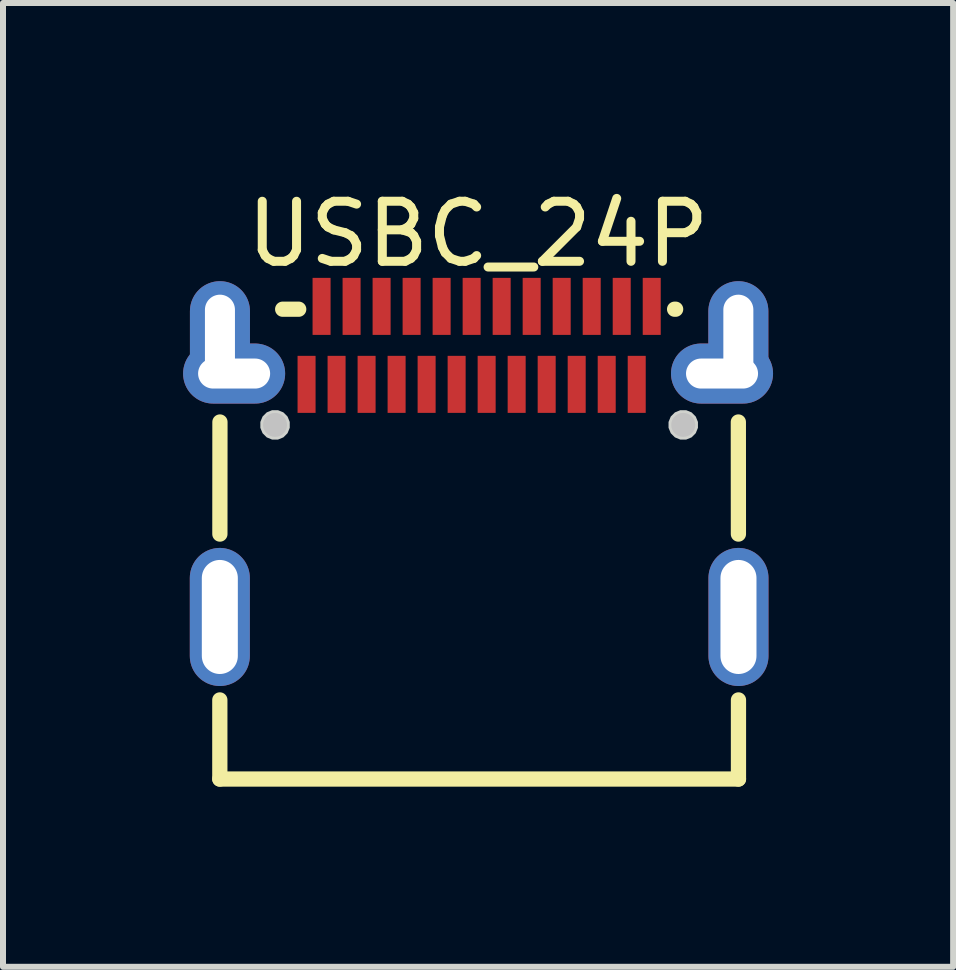
<source format=kicad_pcb>
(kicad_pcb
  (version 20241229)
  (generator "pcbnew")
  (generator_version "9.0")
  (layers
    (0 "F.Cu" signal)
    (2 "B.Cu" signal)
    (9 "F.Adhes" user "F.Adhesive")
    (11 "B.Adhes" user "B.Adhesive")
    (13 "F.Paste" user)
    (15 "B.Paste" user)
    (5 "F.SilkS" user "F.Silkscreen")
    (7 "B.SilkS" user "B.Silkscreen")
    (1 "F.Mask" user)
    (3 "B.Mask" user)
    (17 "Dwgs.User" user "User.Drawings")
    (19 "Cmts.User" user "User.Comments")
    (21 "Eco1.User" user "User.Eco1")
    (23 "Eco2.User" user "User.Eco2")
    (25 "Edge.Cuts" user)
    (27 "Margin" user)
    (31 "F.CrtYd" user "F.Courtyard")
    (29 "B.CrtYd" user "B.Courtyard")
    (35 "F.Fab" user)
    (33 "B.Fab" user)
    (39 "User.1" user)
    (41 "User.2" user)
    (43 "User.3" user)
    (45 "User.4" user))
  (footprint "USBC_24P"
    (layer "F.Cu")
    (at 4.932 4.641)
    (property "Reference" "USBC_24P" (at -0.018 -3.793 0) (layer "F.SilkS") (effects (font (size 1 1) (thickness 0.15))))
    (fp_line (start -4.32 5.287) (end -4.32 3.969) (stroke (width 0.254) (type default)) (layer "F.SilkS"))
    (fp_line (start -4.319 1.206) (end -4.318 -0.661) (stroke (width 0.254) (type default)) (layer "F.SilkS"))
    (fp_line (start -3.273 -2.54) (end -3.006 -2.54) (stroke (width 0.254) (type default)) (layer "F.SilkS"))
    (fp_line (start 3.256 -2.54) (end 3.273 -2.54) (stroke (width 0.254) (type default)) (layer "F.SilkS"))
    (fp_line (start 4.319 1.206) (end 4.318 -0.661) (stroke (width 0.254) (type default)) (layer "F.SilkS"))
    (fp_line (start 4.32 5.287) (end -4.32 5.287) (stroke (width 0.254) (type default)) (layer "F.SilkS"))
    (fp_line (start 4.32 5.287) (end 4.32 3.969) (stroke (width 0.254) (type default)) (layer "F.SilkS"))
    (fp_poly (pts (xy -3.025 -1.762) (xy -2.725 -1.762) (xy -2.725 -0.812) (xy -3.025 -0.812)) (stroke (width 0) (type default)) (fill yes) (layer "F.Paste"))
    (fp_poly (pts (xy -2.775 -3.062) (xy -2.475 -3.062) (xy -2.475 -2.112) (xy -2.775 -2.112)) (stroke (width 0) (type default)) (fill yes) (layer "F.Paste"))
    (fp_poly (pts (xy -2.525 -1.762) (xy -2.225 -1.762) (xy -2.225 -0.812) (xy -2.525 -0.812)) (stroke (width 0) (type default)) (fill yes) (layer "F.Paste"))
    (fp_poly (pts (xy -2.275 -3.062) (xy -1.975 -3.062) (xy -1.975 -2.112) (xy -2.275 -2.112)) (stroke (width 0) (type default)) (fill yes) (layer "F.Paste"))
    (fp_poly (pts (xy -2.025 -1.762) (xy -1.725 -1.762) (xy -1.725 -0.812) (xy -2.025 -0.812)) (stroke (width 0) (type default)) (fill yes) (layer "F.Paste"))
    (fp_poly (pts (xy -1.775 -3.062) (xy -1.475 -3.062) (xy -1.475 -2.112) (xy -1.775 -2.112)) (stroke (width 0) (type default)) (fill yes) (layer "F.Paste"))
    (fp_poly (pts (xy -1.525 -1.762) (xy -1.225 -1.762) (xy -1.225 -0.812) (xy -1.525 -0.812)) (stroke (width 0) (type default)) (fill yes) (layer "F.Paste"))
    (fp_poly (pts (xy -1.275 -3.062) (xy -0.975 -3.062) (xy -0.975 -2.112) (xy -1.275 -2.112)) (stroke (width 0) (type default)) (fill yes) (layer "F.Paste"))
    (fp_poly (pts (xy -1.025 -1.762) (xy -0.725 -1.762) (xy -0.725 -0.812) (xy -1.025 -0.812)) (stroke (width 0) (type default)) (fill yes) (layer "F.Paste"))
    (fp_poly (pts (xy -0.775 -3.062) (xy -0.475 -3.062) (xy -0.475 -2.112) (xy -0.775 -2.112)) (stroke (width 0) (type default)) (fill yes) (layer "F.Paste"))
    (fp_poly (pts (xy -0.525 -1.762) (xy -0.225 -1.762) (xy -0.225 -0.812) (xy -0.525 -0.812)) (stroke (width 0) (type default)) (fill yes) (layer "F.Paste"))
    (fp_poly (pts (xy -0.275 -3.062) (xy 0.025 -3.062) (xy 0.025 -2.112) (xy -0.275 -2.112)) (stroke (width 0) (type default)) (fill yes) (layer "F.Paste"))
    (fp_poly (pts (xy -0.025 -1.762) (xy 0.275 -1.762) (xy 0.275 -0.812) (xy -0.025 -0.812)) (stroke (width 0) (type default)) (fill yes) (layer "F.Paste"))
    (fp_poly (pts (xy 0.225 -3.062) (xy 0.525 -3.062) (xy 0.525 -2.112) (xy 0.225 -2.112)) (stroke (width 0) (type default)) (fill yes) (layer "F.Paste"))
    (fp_poly (pts (xy 0.475 -1.762) (xy 0.775 -1.762) (xy 0.775 -0.812) (xy 0.475 -0.812)) (stroke (width 0) (type default)) (fill yes) (layer "F.Paste"))
    (fp_poly (pts (xy 0.725 -3.062) (xy 1.025 -3.062) (xy 1.025 -2.112) (xy 0.725 -2.112)) (stroke (width 0) (type default)) (fill yes) (layer "F.Paste"))
    (fp_poly (pts (xy 0.975 -1.762) (xy 1.275 -1.762) (xy 1.275 -0.812) (xy 0.975 -0.812)) (stroke (width 0) (type default)) (fill yes) (layer "F.Paste"))
    (fp_poly (pts (xy 1.225 -3.062) (xy 1.525 -3.062) (xy 1.525 -2.112) (xy 1.225 -2.112)) (stroke (width 0) (type default)) (fill yes) (layer "F.Paste"))
    (fp_poly (pts (xy 1.475 -1.762) (xy 1.775 -1.762) (xy 1.775 -0.812) (xy 1.475 -0.812)) (stroke (width 0) (type default)) (fill yes) (layer "F.Paste"))
    (fp_poly (pts (xy 1.725 -3.062) (xy 2.025 -3.062) (xy 2.025 -2.112) (xy 1.725 -2.112)) (stroke (width 0) (type default)) (fill yes) (layer "F.Paste"))
    (fp_poly (pts (xy 1.975 -1.762) (xy 2.275 -1.762) (xy 2.275 -0.812) (xy 1.975 -0.812)) (stroke (width 0) (type default)) (fill yes) (layer "F.Paste"))
    (fp_poly (pts (xy 2.225 -3.062) (xy 2.525 -3.062) (xy 2.525 -2.112) (xy 2.225 -2.112)) (stroke (width 0) (type default)) (fill yes) (layer "F.Paste"))
    (fp_poly (pts (xy 2.475 -1.762) (xy 2.775 -1.762) (xy 2.775 -0.812) (xy 2.475 -0.812)) (stroke (width 0) (type default)) (fill yes) (layer "F.Paste"))
    (fp_poly (pts (xy 2.725 -3.062) (xy 3.025 -3.062) (xy 3.025 -2.112) (xy 2.725 -2.112)) (stroke (width 0) (type default)) (fill yes) (layer "F.Paste"))
    (fp_poly (pts (xy -4.332 1.438) (xy -4.357 1.439) (xy -4.382 1.442) (xy -4.407 1.445) (xy -4.431 1.45) (xy -4.455 1.456) (xy -4.479 1.464) (xy -4.503 1.472) (xy -4.526 1.482) (xy -4.548 1.492) (xy -4.57 1.504) (xy -4.591 1.518) (xy -4.612 1.532) (xy -4.632 1.546) (xy -4.651 1.562) (xy -4.669 1.579) (xy -4.686 1.597) (xy -4.703 1.616) (xy -4.718 1.635) (xy -4.733 1.656) (xy -4.747 1.677) (xy -4.759 1.698) (xy -4.771 1.72) (xy -4.781 1.744) (xy -4.79 1.766) (xy -4.798 1.79) (xy -4.804 1.814) (xy -4.81 1.839) (xy -4.814 1.863) (xy -4.817 1.887) (xy -4.819 1.913) (xy -4.82 1.938) (xy -4.82 3.237) (xy -4.819 3.263) (xy -4.817 3.288) (xy -4.814 3.312) (xy -4.81 3.337) (xy -4.804 3.361) (xy -4.798 3.385) (xy -4.79 3.409) (xy -4.781 3.432) (xy -4.771 3.454) (xy -4.759 3.477) (xy -4.747 3.498) (xy -4.733 3.519) (xy -4.718 3.539) (xy -4.703 3.559) (xy -4.686 3.578) (xy -4.669 3.595) (xy -4.651 3.612) (xy -4.632 3.628) (xy -4.612 3.643) (xy -4.591 3.658) (xy -4.57 3.671) (xy -4.548 3.683) (xy -4.526 3.693) (xy -4.503 3.703) (xy -4.479 3.712) (xy -4.455 3.719) (xy -4.431 3.725) (xy -4.407 3.73) (xy -4.382 3.733) (xy -4.357 3.736) (xy -4.332 3.737) (xy -4.308 3.737) (xy -4.282 3.736) (xy -4.258 3.733) (xy -4.233 3.73) (xy -4.209 3.725) (xy -4.184 3.719) (xy -4.161 3.712) (xy -4.138 3.703) (xy -4.114 3.693) (xy -4.092 3.683) (xy -4.07 3.671) (xy -4.049 3.658) (xy -4.028 3.643) (xy -4.008 3.628) (xy -3.989 3.612) (xy -3.971 3.595) (xy -3.954 3.578) (xy -3.937 3.559) (xy -3.921 3.539) (xy -3.907 3.519) (xy -3.893 3.498) (xy -3.881 3.477) (xy -3.869 3.454) (xy -3.86 3.432) (xy -3.85 3.409) (xy -3.842 3.385) (xy -3.836 3.361) (xy -3.83 3.337) (xy -3.825 3.312) (xy -3.822 3.288) (xy -3.821 3.263) (xy -3.82 3.237) (xy -3.82 1.938) (xy -3.821 1.913) (xy -3.822 1.887) (xy -3.825 1.863) (xy -3.83 1.839) (xy -3.836 1.814) (xy -3.842 1.79) (xy -3.85 1.766) (xy -3.86 1.744) (xy -3.869 1.72) (xy -3.881 1.698) (xy -3.893 1.677) (xy -3.907 1.656) (xy -3.921 1.635) (xy -3.937 1.616) (xy -3.954 1.597) (xy -3.971 1.579) (xy -3.989 1.562) (xy -4.008 1.546) (xy -4.028 1.532) (xy -4.049 1.518) (xy -4.07 1.504) (xy -4.092 1.492) (xy -4.114 1.482) (xy -4.138 1.472) (xy -4.161 1.464) (xy -4.184 1.456) (xy -4.209 1.45) (xy -4.233 1.445) (xy -4.258 1.442) (xy -4.282 1.439) (xy -4.308 1.438)) (stroke (width 0) (type default)) (fill yes) (layer "F.Paste"))
    (fp_poly (pts (xy 4.357 1.439) (xy 4.332 1.438) (xy 4.308 1.438) (xy 4.282 1.439) (xy 4.258 1.442) (xy 4.233 1.445) (xy 4.209 1.45) (xy 4.184 1.456) (xy 4.161 1.464) (xy 4.138 1.472) (xy 4.114 1.482) (xy 4.092 1.492) (xy 4.07 1.504) (xy 4.049 1.518) (xy 4.028 1.532) (xy 4.008 1.546) (xy 3.989 1.562) (xy 3.971 1.579) (xy 3.954 1.597) (xy 3.937 1.616) (xy 3.921 1.635) (xy 3.907 1.656) (xy 3.893 1.677) (xy 3.881 1.698) (xy 3.869 1.72) (xy 3.86 1.744) (xy 3.85 1.766) (xy 3.842 1.79) (xy 3.836 1.814) (xy 3.83 1.839) (xy 3.825 1.863) (xy 3.822 1.887) (xy 3.821 1.913) (xy 3.82 1.938) (xy 3.82 3.237) (xy 3.821 3.263) (xy 3.822 3.288) (xy 3.825 3.312) (xy 3.83 3.337) (xy 3.836 3.361) (xy 3.842 3.385) (xy 3.85 3.409) (xy 3.86 3.432) (xy 3.869 3.454) (xy 3.881 3.477) (xy 3.893 3.498) (xy 3.907 3.519) (xy 3.921 3.539) (xy 3.937 3.559) (xy 3.954 3.578) (xy 3.971 3.595) (xy 3.989 3.612) (xy 4.008 3.628) (xy 4.028 3.643) (xy 4.049 3.658) (xy 4.07 3.671) (xy 4.092 3.683) (xy 4.114 3.693) (xy 4.138 3.703) (xy 4.161 3.712) (xy 4.184 3.719) (xy 4.209 3.725) (xy 4.233 3.73) (xy 4.258 3.733) (xy 4.282 3.736) (xy 4.308 3.737) (xy 4.332 3.737) (xy 4.357 3.736) (xy 4.382 3.733) (xy 4.407 3.73) (xy 4.431 3.725) (xy 4.455 3.719) (xy 4.479 3.712) (xy 4.503 3.703) (xy 4.526 3.693) (xy 4.548 3.683) (xy 4.57 3.671) (xy 4.591 3.658) (xy 4.612 3.643) (xy 4.632 3.628) (xy 4.651 3.612) (xy 4.669 3.595) (xy 4.686 3.578) (xy 4.703 3.559) (xy 4.718 3.539) (xy 4.733 3.519) (xy 4.747 3.498) (xy 4.759 3.477) (xy 4.771 3.454) (xy 4.781 3.432) (xy 4.79 3.409) (xy 4.798 3.385) (xy 4.804 3.361) (xy 4.81 3.337) (xy 4.814 3.312) (xy 4.817 3.288) (xy 4.819 3.263) (xy 4.82 3.237) (xy 4.82 1.938) (xy 4.819 1.913) (xy 4.817 1.887) (xy 4.814 1.863) (xy 4.81 1.839) (xy 4.804 1.814) (xy 4.798 1.79) (xy 4.79 1.766) (xy 4.781 1.744) (xy 4.771 1.72) (xy 4.759 1.698) (xy 4.747 1.677) (xy 4.733 1.656) (xy 4.718 1.635) (xy 4.703 1.616) (xy 4.686 1.597) (xy 4.669 1.579) (xy 4.651 1.562) (xy 4.632 1.546) (xy 4.612 1.532) (xy 4.591 1.518) (xy 4.57 1.504) (xy 4.548 1.492) (xy 4.526 1.482) (xy 4.503 1.472) (xy 4.479 1.464) (xy 4.455 1.456) (xy 4.431 1.45) (xy 4.407 1.445) (xy 4.382 1.442)) (stroke (width 0) (type default)) (fill yes) (layer "F.Paste"))
    (fp_poly (pts (xy 4.356 -3.006) (xy 4.33 -3.007) (xy 4.306 -3.007) (xy 4.28 -3.006) (xy 4.256 -3.003) (xy 4.231 -2.999) (xy 4.207 -2.994) (xy 4.183 -2.989) (xy 4.159 -2.981) (xy 4.136 -2.973) (xy 4.112 -2.963) (xy 4.09 -2.952) (xy 4.068 -2.94) (xy 4.046 -2.927) (xy 4.026 -2.913) (xy 4.006 -2.898) (xy 3.987 -2.882) (xy 3.969 -2.865) (xy 3.951 -2.847) (xy 3.935 -2.829) (xy 3.92 -2.809) (xy 3.905 -2.788) (xy 3.892 -2.768) (xy 3.879 -2.746) (xy 3.868 -2.724) (xy 3.857 -2.701) (xy 3.848 -2.678) (xy 3.84 -2.655) (xy 3.833 -2.631) (xy 3.828 -2.606) (xy 3.824 -2.582) (xy 3.821 -2.557) (xy 3.818 -2.532) (xy 3.818 -2.507) (xy 3.818 -1.968) (xy 3.696 -1.968) (xy 3.671 -1.968) (xy 3.647 -1.966) (xy 3.622 -1.962) (xy 3.597 -1.958) (xy 3.573 -1.952) (xy 3.549 -1.946) (xy 3.525 -1.938) (xy 3.502 -1.929) (xy 3.479 -1.919) (xy 3.457 -1.907) (xy 3.436 -1.895) (xy 3.414 -1.881) (xy 3.394 -1.867) (xy 3.375 -1.851) (xy 3.356 -1.835) (xy 3.338 -1.817) (xy 3.321 -1.799) (xy 3.305 -1.78) (xy 3.291 -1.76) (xy 3.276 -1.74) (xy 3.263 -1.718) (xy 3.252 -1.696) (xy 3.24 -1.674) (xy 3.231 -1.651) (xy 3.223 -1.627) (xy 3.215 -1.603) (xy 3.209 -1.579) (xy 3.204 -1.555) (xy 3.2 -1.53) (xy 3.197 -1.506) (xy 3.196 -1.48) (xy 3.196 -1.456) (xy 3.197 -1.431) (xy 3.2 -1.406) (xy 3.204 -1.381) (xy 3.209 -1.357) (xy 3.215 -1.333) (xy 3.223 -1.309) (xy 3.231 -1.286) (xy 3.24 -1.262) (xy 3.252 -1.24) (xy 3.263 -1.218) (xy 3.276 -1.197) (xy 3.291 -1.176) (xy 3.305 -1.157) (xy 3.321 -1.137) (xy 3.338 -1.119) (xy 3.356 -1.101) (xy 3.375 -1.085) (xy 3.394 -1.069) (xy 3.414 -1.055) (xy 3.436 -1.042) (xy 3.457 -1.029) (xy 3.479 -1.018) (xy 3.502 -1.008) (xy 3.525 -0.999) (xy 3.549 -0.991) (xy 3.573 -0.984) (xy 3.597 -0.978) (xy 3.622 -0.974) (xy 3.647 -0.971) (xy 3.671 -0.969) (xy 3.696 -0.968) (xy 4.396 -0.968) (xy 4.421 -0.969) (xy 4.446 -0.971) (xy 4.471 -0.974) (xy 4.495 -0.978) (xy 4.519 -0.984) (xy 4.543 -0.991) (xy 4.567 -0.999) (xy 4.59 -1.008) (xy 4.613 -1.018) (xy 4.636 -1.029) (xy 4.657 -1.042) (xy 4.678 -1.055) (xy 4.698 -1.069) (xy 4.718 -1.085) (xy 4.737 -1.101) (xy 4.754 -1.119) (xy 4.771 -1.137) (xy 4.787 -1.157) (xy 4.802 -1.176) (xy 4.816 -1.197) (xy 4.83 -1.218) (xy 4.841 -1.24) (xy 4.852 -1.262) (xy 4.862 -1.286) (xy 4.87 -1.309) (xy 4.878 -1.333) (xy 4.883 -1.357) (xy 4.888 -1.381) (xy 4.893 -1.406) (xy 4.895 -1.431) (xy 4.896 -1.456) (xy 4.896 -1.48) (xy 4.895 -1.506) (xy 4.893 -1.53) (xy 4.888 -1.555) (xy 4.883 -1.579) (xy 4.878 -1.603) (xy 4.87 -1.627) (xy 4.862 -1.651) (xy 4.852 -1.674) (xy 4.841 -1.696) (xy 4.83 -1.718) (xy 4.818 -1.736) (xy 4.818 -2.507) (xy 4.817 -2.532) (xy 4.816 -2.557) (xy 4.812 -2.582) (xy 4.808 -2.606) (xy 4.803 -2.631) (xy 4.796 -2.655) (xy 4.788 -2.678) (xy 4.779 -2.701) (xy 4.769 -2.724) (xy 4.757 -2.746) (xy 4.745 -2.768) (xy 4.731 -2.788) (xy 4.716 -2.809) (xy 4.701 -2.829) (xy 4.684 -2.847) (xy 4.667 -2.865) (xy 4.649 -2.882) (xy 4.63 -2.898) (xy 4.61 -2.913) (xy 4.59 -2.927) (xy 4.568 -2.94) (xy 4.546 -2.952) (xy 4.524 -2.963) (xy 4.5 -2.973) (xy 4.477 -2.981) (xy 4.454 -2.989) (xy 4.429 -2.994) (xy 4.405 -2.999) (xy 4.38 -3.003)) (stroke (width 0) (type default)) (fill yes) (layer "F.Paste"))
    (fp_poly (pts (xy -4.28 -3.006) (xy -4.306 -3.007) (xy -4.33 -3.007) (xy -4.356 -3.006) (xy -4.38 -3.003) (xy -4.405 -2.999) (xy -4.429 -2.994) (xy -4.454 -2.989) (xy -4.477 -2.981) (xy -4.5 -2.973) (xy -4.524 -2.963) (xy -4.546 -2.952) (xy -4.568 -2.94) (xy -4.59 -2.927) (xy -4.61 -2.913) (xy -4.63 -2.898) (xy -4.649 -2.882) (xy -4.667 -2.865) (xy -4.684 -2.847) (xy -4.701 -2.829) (xy -4.716 -2.809) (xy -4.731 -2.788) (xy -4.745 -2.768) (xy -4.757 -2.746) (xy -4.769 -2.724) (xy -4.779 -2.701) (xy -4.788 -2.678) (xy -4.796 -2.655) (xy -4.803 -2.631) (xy -4.808 -2.606) (xy -4.812 -2.582) (xy -4.816 -2.557) (xy -4.817 -2.532) (xy -4.818 -2.507) (xy -4.818 -1.786) (xy -4.822 -1.78) (xy -4.838 -1.76) (xy -4.852 -1.74) (xy -4.865 -1.718) (xy -4.877 -1.696) (xy -4.888 -1.674) (xy -4.897 -1.651) (xy -4.905 -1.627) (xy -4.913 -1.603) (xy -4.919 -1.579) (xy -4.924 -1.555) (xy -4.928 -1.53) (xy -4.931 -1.506) (xy -4.931 -1.48) (xy -4.931 -1.456) (xy -4.931 -1.431) (xy -4.928 -1.406) (xy -4.924 -1.381) (xy -4.919 -1.357) (xy -4.913 -1.333) (xy -4.905 -1.309) (xy -4.897 -1.286) (xy -4.888 -1.262) (xy -4.877 -1.24) (xy -4.865 -1.218) (xy -4.852 -1.197) (xy -4.838 -1.176) (xy -4.822 -1.157) (xy -4.806 -1.137) (xy -4.79 -1.119) (xy -4.772 -1.101) (xy -4.753 -1.085) (xy -4.734 -1.069) (xy -4.713 -1.055) (xy -4.692 -1.042) (xy -4.671 -1.029) (xy -4.649 -1.018) (xy -4.626 -1.008) (xy -4.603 -0.999) (xy -4.579 -0.991) (xy -4.555 -0.984) (xy -4.531 -0.978) (xy -4.506 -0.974) (xy -4.481 -0.971) (xy -4.457 -0.969) (xy -4.432 -0.968) (xy -3.732 -0.968) (xy -3.707 -0.969) (xy -3.682 -0.971) (xy -3.657 -0.974) (xy -3.632 -0.978) (xy -3.608 -0.984) (xy -3.584 -0.991) (xy -3.561 -0.999) (xy -3.538 -1.008) (xy -3.515 -1.018) (xy -3.493 -1.029) (xy -3.471 -1.042) (xy -3.45 -1.055) (xy -3.43 -1.069) (xy -3.41 -1.085) (xy -3.392 -1.101) (xy -3.374 -1.119) (xy -3.357 -1.137) (xy -3.341 -1.157) (xy -3.326 -1.176) (xy -3.312 -1.197) (xy -3.299 -1.218) (xy -3.287 -1.24) (xy -3.276 -1.262) (xy -3.267 -1.286) (xy -3.258 -1.309) (xy -3.251 -1.333) (xy -3.244 -1.357) (xy -3.24 -1.381) (xy -3.236 -1.406) (xy -3.233 -1.431) (xy -3.232 -1.456) (xy -3.232 -1.48) (xy -3.233 -1.506) (xy -3.236 -1.53) (xy -3.24 -1.555) (xy -3.244 -1.579) (xy -3.251 -1.603) (xy -3.258 -1.627) (xy -3.267 -1.651) (xy -3.276 -1.674) (xy -3.287 -1.696) (xy -3.299 -1.718) (xy -3.312 -1.74) (xy -3.326 -1.76) (xy -3.341 -1.78) (xy -3.357 -1.799) (xy -3.374 -1.817) (xy -3.392 -1.835) (xy -3.41 -1.851) (xy -3.43 -1.867) (xy -3.45 -1.881) (xy -3.471 -1.895) (xy -3.493 -1.907) (xy -3.515 -1.919) (xy -3.538 -1.929) (xy -3.561 -1.938) (xy -3.584 -1.946) (xy -3.608 -1.952) (xy -3.632 -1.958) (xy -3.657 -1.962) (xy -3.682 -1.966) (xy -3.707 -1.968) (xy -3.732 -1.968) (xy -3.818 -1.968) (xy -3.818 -2.507) (xy -3.818 -2.532) (xy -3.821 -2.557) (xy -3.824 -2.582) (xy -3.828 -2.606) (xy -3.833 -2.631) (xy -3.84 -2.655) (xy -3.848 -2.678) (xy -3.857 -2.701) (xy -3.868 -2.724) (xy -3.879 -2.746) (xy -3.892 -2.768) (xy -3.905 -2.788) (xy -3.92 -2.809) (xy -3.935 -2.829) (xy -3.951 -2.847) (xy -3.969 -2.865) (xy -3.987 -2.882) (xy -4.006 -2.898) (xy -4.026 -2.913) (xy -4.046 -2.927) (xy -4.068 -2.94) (xy -4.09 -2.952) (xy -4.112 -2.963) (xy -4.136 -2.973) (xy -4.159 -2.981) (xy -4.183 -2.989) (xy -4.207 -2.994) (xy -4.231 -2.999) (xy -4.256 -3.003)) (stroke (width 0) (type default)) (fill yes) (layer "F.Paste"))
    (fp_circle (center -3.4 -0.613) (end -3.3 -0.613) (stroke (width 0.2) (type default)) (fill no) (layer "Dwgs.User"))
    (fp_circle (center 3.4 -0.613) (end 3.5 -0.613) (stroke (width 0.2) (type default)) (fill no) (layer "Dwgs.User"))
    (fp_poly (pts (xy -3.155 -0.662) (xy -3.192 -0.752) (xy -3.261 -0.821) (xy -3.351 -0.858) (xy -3.449 -0.858) (xy -3.539 -0.821) (xy -3.608 -0.752) (xy -3.645 -0.662) (xy -3.645 -0.564) (xy -3.608 -0.474) (xy -3.539 -0.405) (xy -3.449 -0.368) (xy -3.351 -0.368) (xy -3.261 -0.405) (xy -3.192 -0.474) (xy -3.155 -0.564)) (stroke (width 0) (type default)) (fill yes) (layer "Edge.Cuts"))
    (fp_poly (pts (xy 3.645 -0.662) (xy 3.608 -0.752) (xy 3.539 -0.821) (xy 3.449 -0.858) (xy 3.351 -0.858) (xy 3.261 -0.821) (xy 3.192 -0.752) (xy 3.155 -0.662) (xy 3.155 -0.564) (xy 3.192 -0.474) (xy 3.261 -0.405) (xy 3.351 -0.368) (xy 3.449 -0.368) (xy 3.539 -0.405) (xy 3.608 -0.474) (xy 3.645 -0.564)) (stroke (width 0) (type default)) (fill yes) (layer "Edge.Cuts"))
    (fp_poly (pts (xy -4.42 -2.612) (xy -4.22 -2.612) (xy -4.22 -1.312) (xy -4.42 -1.312)) (stroke (width 0.1) (type default)) (fill no) (layer "User.1"))
    (fp_poly (pts (xy -4.42 1.837) (xy -4.22 1.837) (xy -4.22 3.337) (xy -4.42 3.337)) (stroke (width 0.1) (type default)) (fill no) (layer "User.1"))
    (fp_poly (pts (xy -3.6 -1.562) (xy -3.6 -1.363) (xy -4.42 -1.363) (xy -4.42 -1.562)) (stroke (width 0.1) (type default)) (fill no) (layer "User.1"))
    (fp_poly (pts (xy 4.22 -2.612) (xy 4.42 -2.612) (xy 4.42 -1.312) (xy 4.22 -1.312)) (stroke (width 0.1) (type default)) (fill no) (layer "User.1"))
    (fp_poly (pts (xy 4.22 1.837) (xy 4.42 1.837) (xy 4.42 3.337) (xy 4.22 3.337)) (stroke (width 0.1) (type default)) (fill no) (layer "User.1"))
    (fp_poly (pts (xy 4.42 -1.562) (xy 4.42 -1.363) (xy 3.6 -1.363) (xy 3.6 -1.562)) (stroke (width 0.1) (type default)) (fill no) (layer "User.1"))
    (fp_line (start -4.45 -2.591) (end 4.45 -2.591) (stroke (width 0.051) (type default)) (layer "User.2"))
    (fp_line (start -4.45 5.309) (end -4.45 -2.591) (stroke (width 0.051) (type default)) (layer "User.2"))
    (fp_line (start 4.45 -2.591) (end 4.45 5.309) (stroke (width 0.051) (type default)) (layer "User.2"))
    (fp_line (start 4.45 5.309) (end -4.45 5.309) (stroke (width 0.051) (type default)) (layer "User.2"))
    (fp_poly (pts (xy -4.674 -3.06) (xy -4.706 -3.093) (xy -4.752 -3.093) (xy -4.784 -3.06) (xy -4.784 -3.015) (xy -4.752 -2.982) (xy -4.706 -2.982) (xy -4.674 -3.015)) (stroke (width 0.1) (type default)) (fill no) (layer "User.3"))
    (pad "3" thru_hole oval (at 4.32 2.587) (size 1 2.3) (drill oval 0.6 1.9) (layers "*.Cu" "*.Mask"))
    (pad "4" thru_hole oval (at -4.32 2.587) (size 1 2.3) (drill oval 0.6 1.9) (layers "*.Cu" "*.Mask"))
    (pad "25" thru_hole oval (at -4.318 -2.032) (size 1 1.95) (drill oval 0.5 1.5) (layers "*.Cu" "*.Mask"))
    (pad "25" thru_hole oval (at -4.082 -1.468 90) (size 1 1.7) (drill oval 0.5 1.2) (layers "*.Cu" "*.Mask"))
    (pad "25" thru_hole oval (at 4.046 -1.468 90) (size 1 1.7) (drill oval 0.5 1.2) (layers "*.Cu" "*.Mask"))
    (pad "25" thru_hole oval (at 4.318 -2.032) (size 1 1.95) (drill oval 0.5 1.5) (layers "*.Cu" "*.Mask"))
    (pad "A1" smd rect (at -2.625 -2.587) (size 0.3 0.95) (layers "F.Cu" "F.Mask" "F.Paste"))
    (pad "A2" smd rect (at -2.125 -2.587) (size 0.3 0.95) (layers "F.Cu" "F.Mask" "F.Paste"))
    (pad "A3" smd rect (at -1.625 -2.587) (size 0.3 0.95) (layers "F.Cu" "F.Mask" "F.Paste"))
    (pad "A4" smd rect (at -1.125 -2.587) (size 0.3 0.95) (layers "F.Cu" "F.Mask" "F.Paste"))
    (pad "A5" smd rect (at -0.625 -2.587) (size 0.3 0.95) (layers "F.Cu" "F.Mask" "F.Paste"))
    (pad "A6" smd rect (at -0.125 -2.587) (size 0.3 0.95) (layers "F.Cu" "F.Mask" "F.Paste"))
    (pad "A7" smd rect (at 0.375 -2.587) (size 0.3 0.95) (layers "F.Cu" "F.Mask" "F.Paste"))
    (pad "A8" smd rect (at 0.875 -2.587) (size 0.3 0.95) (layers "F.Cu" "F.Mask" "F.Paste"))
    (pad "A9" smd rect (at 1.375 -2.587) (size 0.3 0.95) (layers "F.Cu" "F.Mask" "F.Paste"))
    (pad "A10" smd rect (at 1.875 -2.587) (size 0.3 0.95) (layers "F.Cu" "F.Mask" "F.Paste"))
    (pad "A11" smd rect (at 2.375 -2.587) (size 0.3 0.95) (layers "F.Cu" "F.Mask" "F.Paste"))
    (pad "A12" smd rect (at 2.875 -2.587) (size 0.3 0.95) (layers "F.Cu" "F.Mask" "F.Paste"))
    (pad "B1" smd rect (at 2.625 -1.288) (size 0.3 0.95) (layers "F.Cu" "F.Mask" "F.Paste"))
    (pad "B2" smd rect (at 2.125 -1.288) (size 0.3 0.95) (layers "F.Cu" "F.Mask" "F.Paste"))
    (pad "B3" smd rect (at 1.625 -1.288) (size 0.3 0.95) (layers "F.Cu" "F.Mask" "F.Paste"))
    (pad "B4" smd rect (at 1.125 -1.288) (size 0.3 0.95) (layers "F.Cu" "F.Mask" "F.Paste"))
    (pad "B5" smd rect (at 0.625 -1.288) (size 0.3 0.95) (layers "F.Cu" "F.Mask" "F.Paste"))
    (pad "B6" smd rect (at 0.125 -1.288) (size 0.3 0.95) (layers "F.Cu" "F.Mask" "F.Paste"))
    (pad "B7" smd rect (at -0.375 -1.288) (size 0.3 0.95) (layers "F.Cu" "F.Mask" "F.Paste"))
    (pad "B8" smd rect (at -0.875 -1.288) (size 0.3 0.95) (layers "F.Cu" "F.Mask" "F.Paste"))
    (pad "B9" smd rect (at -1.375 -1.288) (size 0.3 0.95) (layers "F.Cu" "F.Mask" "F.Paste"))
    (pad "B10" smd rect (at -1.875 -1.288) (size 0.3 0.95) (layers "F.Cu" "F.Mask" "F.Paste"))
    (pad "B11" smd rect (at -2.375 -1.288) (size 0.3 0.95) (layers "F.Cu" "F.Mask" "F.Paste"))
    (pad "B12" smd rect (at -2.875 -1.288) (size 0.3 0.95) (layers "F.Cu" "F.Mask" "F.Paste")))
  (gr_rect
    (start -3 -3)
    (end 12.828 13.056)
    (stroke (width 0.1) (type default))
    (fill no)
    (layer "Edge.Cuts")))
</source>
